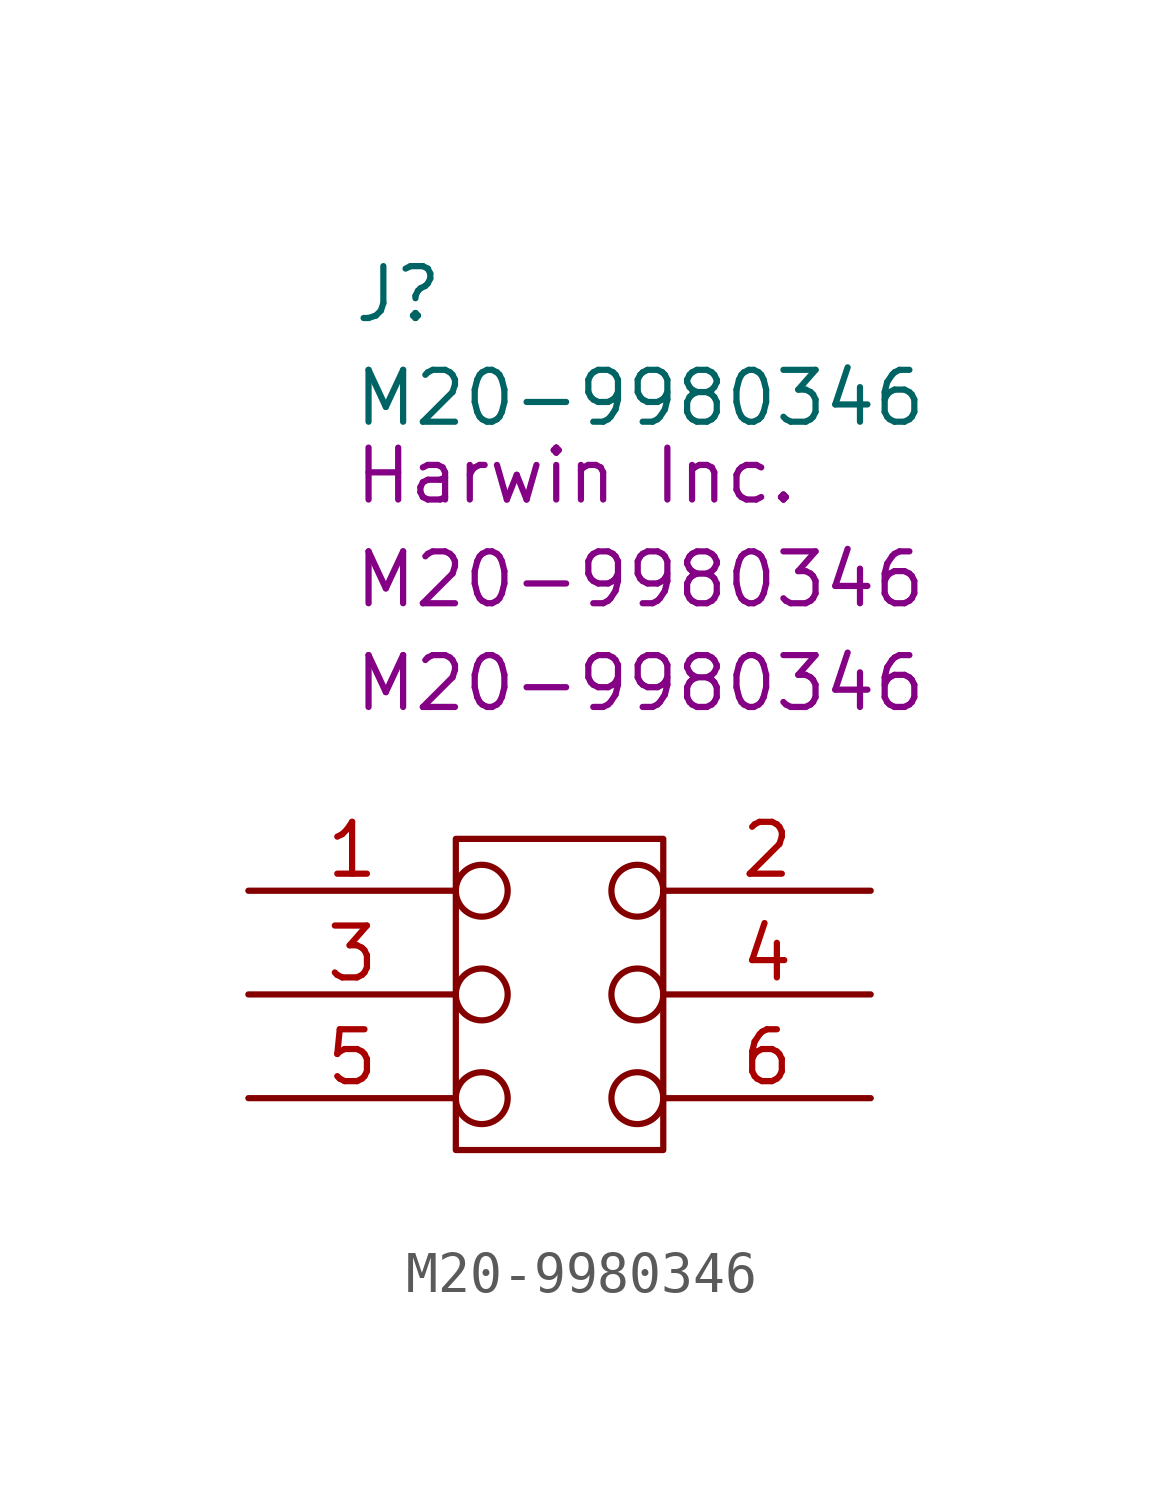
<source format=kicad_sym>
(kicad_symbol_lib
  (version 20220914)
  (generator kicad_symbol_editor)
  (symbol "M20-9980346"
    (pin_names hide)
    (property "Reference" "J"
      (at -5.08 17.145 0)
      (effects (font (size 1.27 1.27)) (justify left)))
    (property "Value" "M20-9980346"
      (at -5.08 14.605 0)
      (effects (font (size 1.27 1.27)) (justify left)))
    (property "Manufacturer" "Harwin Inc."
      (at -5.08 12.7 0)
      (effects (font (size 1.27 1.27)) (justify left)))
    (property "MPN" "M20-9980346"
      (at -5.08 10.16 0)
      (effects (font (size 1.27 1.27)) (justify left)))
    (property "Digi-Key_PN" "M20-9980346"
      (at -5.08 7.62 0)
      (effects (font (size 1.27 1.27)) (justify left)))
    (symbol "M20-9980346_0_1"
      (rectangle (start -2.54 3.81) (end 2.54 -3.81) (stroke (width 0) (type default)) (fill (type none)))
      (circle (center -1.905 -2.54) (radius 0.635) (stroke (width 0) (type default)) (fill (type none)))
      (circle (center -1.905 0) (radius 0.635) (stroke (width 0) (type default)) (fill (type none)))
      (circle (center -1.905 2.54) (radius 0.635) (stroke (width 0) (type default)) (fill (type none)))
      (circle (center 1.905 -2.54) (radius 0.635) (stroke (width 0) (type default)) (fill (type none)))
      (circle (center 1.905 0) (radius 0.635) (stroke (width 0) (type default)) (fill (type none)))
      (circle (center 1.905 2.54) (radius 0.635) (stroke (width 0) (type default)) (fill (type none))))
    (symbol "M20-9980346_1_1"
      (pin unspecified line (at -7.62 2.54 0) (length 5.08) (name "1" (effects (font (size 1.27 1.27)))) (number "1" (effects (font (size 1.27 1.27)))))
      (pin unspecified line (at 7.62 2.54 180) (length 5.08) (name "2" (effects (font (size 1.27 1.27)))) (number "2" (effects (font (size 1.27 1.27)))))
      (pin unspecified line (at -7.62 0 0) (length 5.08) (name "3" (effects (font (size 1.27 1.27)))) (number "3" (effects (font (size 1.27 1.27)))))
      (pin unspecified line (at 7.62 0 180) (length 5.08) (name "4" (effects (font (size 1.27 1.27)))) (number "4" (effects (font (size 1.27 1.27)))))
      (pin unspecified line (at -7.62 -2.54 0) (length 5.08) (name "5" (effects (font (size 1.27 1.27)))) (number "5" (effects (font (size 1.27 1.27)))))
      (pin unspecified line (at 7.62 -2.54 180) (length 5.08) (name "6" (effects (font (size 1.27 1.27)))) (number "6" (effects (font (size 1.27 1.27))))))))
</source>
